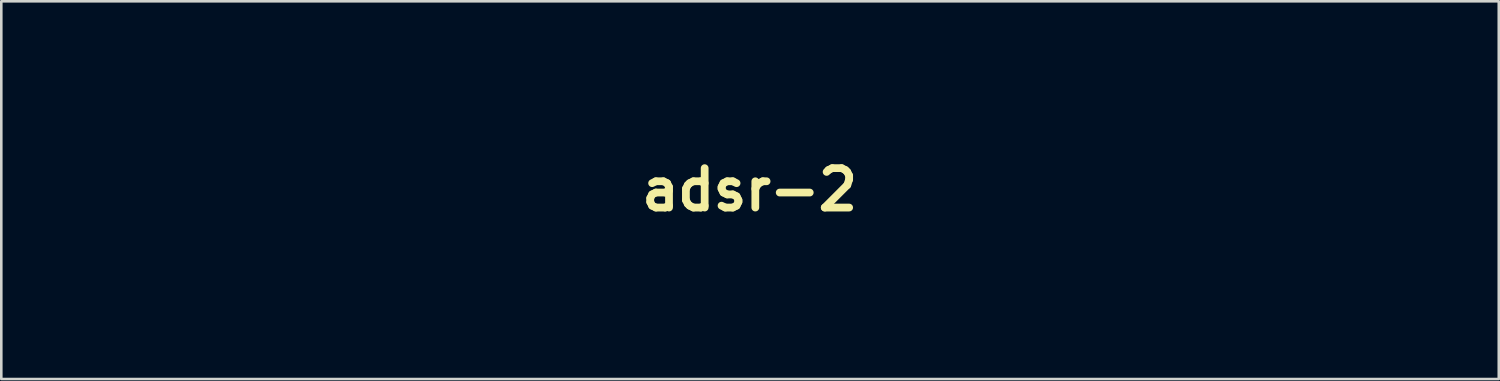
<source format=kicad_pcb>
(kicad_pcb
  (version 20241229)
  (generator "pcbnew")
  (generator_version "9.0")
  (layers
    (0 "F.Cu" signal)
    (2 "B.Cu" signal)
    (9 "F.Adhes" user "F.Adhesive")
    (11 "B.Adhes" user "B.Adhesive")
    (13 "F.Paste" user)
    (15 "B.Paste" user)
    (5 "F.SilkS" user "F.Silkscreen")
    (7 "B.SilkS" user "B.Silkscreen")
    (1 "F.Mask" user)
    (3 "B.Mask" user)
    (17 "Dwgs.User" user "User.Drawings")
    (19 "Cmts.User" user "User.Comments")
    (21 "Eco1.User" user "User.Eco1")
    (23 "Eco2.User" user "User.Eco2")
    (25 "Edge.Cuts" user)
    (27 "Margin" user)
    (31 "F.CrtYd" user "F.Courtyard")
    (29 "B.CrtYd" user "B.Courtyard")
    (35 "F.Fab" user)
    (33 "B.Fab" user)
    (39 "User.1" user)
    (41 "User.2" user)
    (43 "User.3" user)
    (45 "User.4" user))
  (footprint "adsr-2"
    (layer "F.Cu")
    (at 25.945 4.288)
    (property "Reference" "adsr-2" (at 0 0 0) (layer "F.SilkS") (effects (font (size 1.524 1.524) (thickness 0.3))))
    (attr through_hole)
    (fp_poly (pts (xy 13.533 -0.667) (xy 13.947 -0.667) (xy 14.349 -0.665) (xy 14.735 -0.664) (xy 15.1 -0.662) (xy 15.438 -0.659) (xy 15.745 -0.657) (xy 16.015 -0.653) (xy 16.244 -0.65) (xy 16.426 -0.646) (xy 16.556 -0.641) (xy 16.63 -0.636) (xy 16.643 -0.634) (xy 16.748 -0.58) (xy 16.861 -0.485) (xy 16.966 -0.364) (xy 17.046 -0.236) (xy 17.078 -0.159) (xy 17.103 0.024) (xy 17.066 0.197) (xy 16.971 0.356) (xy 16.817 0.497) (xy 16.693 0.575) (xy 16.494 0.683) (xy 13.033 0.689) (xy 12.473 0.69) (xy 11.973 0.69) (xy 11.529 0.69) (xy 11.139 0.69) (xy 10.8 0.689) (xy 10.507 0.688) (xy 10.257 0.686) (xy 10.048 0.683) (xy 9.875 0.68) (xy 9.736 0.677) (xy 9.627 0.672) (xy 9.544 0.667) (xy 9.485 0.661) (xy 9.446 0.655) (xy 9.435 0.652) (xy 9.231 0.558) (xy 9.055 0.419) (xy 8.965 0.31) (xy 8.908 0.213) (xy 8.882 0.117) (xy 8.876 0.003) (xy 8.889 -0.135) (xy 8.921 -0.253) (xy 8.932 -0.277) (xy 9.023 -0.41) (xy 9.14 -0.526) (xy 9.264 -0.609) (xy 9.326 -0.633) (xy 9.376 -0.638) (xy 9.485 -0.643) (xy 9.647 -0.647) (xy 9.858 -0.651) (xy 10.112 -0.655) (xy 10.405 -0.658) (xy 10.731 -0.661) (xy 11.086 -0.663) (xy 11.464 -0.665) (xy 11.861 -0.666) (xy 12.271 -0.667) (xy 12.69 -0.667) (xy 13.112 -0.668) (xy 13.533 -0.667)) (stroke (width 0.01) (type solid)) (fill yes) (layer "F.Mask"))
    (fp_poly (pts (xy 24.311 -4.28) (xy 24.515 -4.279) (xy 24.686 -4.276) (xy 24.828 -4.272) (xy 24.944 -4.267) (xy 25.037 -4.261) (xy 25.112 -4.253) (xy 25.172 -4.244) (xy 25.219 -4.234) (xy 25.258 -4.223) (xy 25.292 -4.21) (xy 25.312 -4.201) (xy 25.458 -4.114) (xy 25.606 -3.994) (xy 25.736 -3.859) (xy 25.831 -3.725) (xy 25.843 -3.701) (xy 25.859 -3.667) (xy 25.871 -3.628) (xy 25.882 -3.579) (xy 25.892 -3.513) (xy 25.9 -3.425) (xy 25.907 -3.31) (xy 25.914 -3.161) (xy 25.92 -2.972) (xy 25.927 -2.739) (xy 25.934 -2.454) (xy 25.942 -2.112) (xy 25.943 -2.061) (xy 25.95 -1.749) (xy 25.956 -1.449) (xy 25.96 -1.169) (xy 25.964 -0.917) (xy 25.966 -0.698) (xy 25.967 -0.522) (xy 25.966 -0.396) (xy 25.964 -0.332) (xy 25.917 -0.069) (xy 25.814 0.17) (xy 25.659 0.377) (xy 25.455 0.547) (xy 25.296 0.637) (xy 25.098 0.73) (xy 22.866 0.73) (xy 20.633 0.73) (xy 20.5 0.808) (xy 20.311 0.95) (xy 20.153 1.127) (xy 20.06 1.286) (xy 20.027 1.369) (xy 20.005 1.454) (xy 19.993 1.557) (xy 19.988 1.696) (xy 19.988 1.794) (xy 19.99 1.966) (xy 19.999 2.093) (xy 20.018 2.195) (xy 20.047 2.29) (xy 20.06 2.322) (xy 20.164 2.518) (xy 20.304 2.691) (xy 20.467 2.824) (xy 20.535 2.863) (xy 20.685 2.937) (xy 25.357 2.969) (xy 25.47 3.055) (xy 25.632 3.21) (xy 25.734 3.38) (xy 25.778 3.557) (xy 25.765 3.734) (xy 25.696 3.905) (xy 25.57 4.062) (xy 25.39 4.197) (xy 25.337 4.227) (xy 25.194 4.302) (xy 21.717 4.309) (xy 21.173 4.31) (xy 20.688 4.311) (xy 20.26 4.311) (xy 19.884 4.311) (xy 19.557 4.311) (xy 19.275 4.311) (xy 19.034 4.31) (xy 18.831 4.308) (xy 18.662 4.306) (xy 18.524 4.303) (xy 18.412 4.3) (xy 18.324 4.295) (xy 18.254 4.29) (xy 18.201 4.284) (xy 18.159 4.277) (xy 18.125 4.269) (xy 18.097 4.26) (xy 18.069 4.249) (xy 18.066 4.248) (xy 17.895 4.156) (xy 17.727 4.02) (xy 17.579 3.856) (xy 17.468 3.683) (xy 17.436 3.61) (xy 17.42 3.567) (xy 17.407 3.524) (xy 17.397 3.475) (xy 17.388 3.414) (xy 17.381 3.336) (xy 17.376 3.234) (xy 17.373 3.104) (xy 17.37 2.938) (xy 17.368 2.732) (xy 17.368 2.479) (xy 17.367 2.174) (xy 17.367 1.841) (xy 17.367 1.483) (xy 17.368 1.181) (xy 17.369 0.932) (xy 17.37 0.729) (xy 17.373 0.566) (xy 17.377 0.438) (xy 17.382 0.338) (xy 17.389 0.261) (xy 17.398 0.202) (xy 17.409 0.154) (xy 17.422 0.112) (xy 17.433 0.081) (xy 17.519 -0.108) (xy 17.63 -0.289) (xy 17.753 -0.444) (xy 17.877 -0.558) (xy 17.903 -0.576) (xy 18.046 -0.667) (xy 20.922 -0.667) (xy 23.797 -0.667) (xy 23.967 -0.747) (xy 24.168 -0.859) (xy 24.332 -0.988) (xy 24.445 -1.123) (xy 24.446 -1.124) (xy 24.47 -1.168) (xy 24.487 -1.217) (xy 24.498 -1.282) (xy 24.506 -1.374) (xy 24.509 -1.502) (xy 24.511 -1.679) (xy 24.511 -1.785) (xy 24.511 -2.34) (xy 24.421 -2.464) (xy 24.329 -2.576) (xy 24.223 -2.683) (xy 24.118 -2.772) (xy 24.028 -2.829) (xy 23.996 -2.841) (xy 23.954 -2.844) (xy 23.853 -2.846) (xy 23.698 -2.849) (xy 23.494 -2.851) (xy 23.244 -2.854) (xy 22.955 -2.856) (xy 22.629 -2.859) (xy 22.272 -2.861) (xy 21.889 -2.863) (xy 21.485 -2.864) (xy 21.066 -2.866) (xy 20.575 -2.867) (xy 20.144 -2.868) (xy 19.768 -2.87) (xy 19.444 -2.871) (xy 19.167 -2.873) (xy 18.932 -2.875) (xy 18.737 -2.877) (xy 18.577 -2.88) (xy 18.449 -2.884) (xy 18.347 -2.889) (xy 18.267 -2.894) (xy 18.207 -2.9) (xy 18.162 -2.907) (xy 18.127 -2.916) (xy 18.098 -2.926) (xy 18.073 -2.937) (xy 18.062 -2.942) (xy 17.859 -3.063) (xy 17.707 -3.21) (xy 17.608 -3.375) (xy 17.565 -3.551) (xy 17.58 -3.733) (xy 17.653 -3.914) (xy 17.76 -4.059) (xy 17.785 -4.088) (xy 17.808 -4.114) (xy 17.832 -4.136) (xy 17.861 -4.156) (xy 17.899 -4.173) (xy 17.949 -4.188) (xy 18.017 -4.2) (xy 18.104 -4.211) (xy 18.215 -4.219) (xy 18.355 -4.227) (xy 18.526 -4.233) (xy 18.733 -4.238) (xy 18.979 -4.243) (xy 19.269 -4.246) (xy 19.606 -4.25) (xy 19.993 -4.254) (xy 20.435 -4.257) (xy 20.936 -4.261) (xy 21.098 -4.263) (xy 21.686 -4.267) (xy 22.214 -4.272) (xy 22.685 -4.275) (xy 23.103 -4.278) (xy 23.471 -4.28) (xy 23.793 -4.281) (xy 24.072 -4.281) (xy 24.311 -4.28)) (stroke (width 0.01) (type solid)) (fill yes) (layer "F.Mask"))
    (fp_poly (pts (xy -1.572 -4.202) (xy -1.522 -4.164) (xy -1.435 -4.089) (xy -1.319 -3.981) (xy -1.178 -3.848) (xy -1.021 -3.696) (xy -0.853 -3.532) (xy -0.682 -3.362) (xy -0.514 -3.194) (xy -0.355 -3.033) (xy -0.214 -2.887) (xy -0.095 -2.762) (xy -0.006 -2.665) (xy 0.046 -2.602) (xy 0.055 -2.588) (xy 0.071 -2.51) (xy 0.069 -2.396) (xy 0.053 -2.268) (xy 0.025 -2.148) (xy -0.011 -2.06) (xy -0.014 -2.056) (xy -0.114 -1.958) (xy -0.261 -1.896) (xy -0.445 -1.873) (xy -0.455 -1.873) (xy -0.631 -1.873) (xy -1.08 -2.294) (xy -1.228 -2.43) (xy -1.368 -2.556) (xy -1.491 -2.663) (xy -1.587 -2.742) (xy -1.646 -2.786) (xy -1.762 -2.857) (xy -4.05 -2.857) (xy -6.338 -2.858) (xy -6.479 -2.768) (xy -6.645 -2.638) (xy -6.777 -2.484) (xy -6.847 -2.358) (xy -6.867 -2.274) (xy -6.882 -2.142) (xy -6.89 -1.978) (xy -6.893 -1.798) (xy -6.89 -1.615) (xy -6.881 -1.446) (xy -6.866 -1.305) (xy -6.846 -1.208) (xy -6.839 -1.188) (xy -6.749 -1.057) (xy -6.61 -0.927) (xy -6.435 -0.809) (xy -6.339 -0.759) (xy -6.144 -0.667) (xy -3.921 -0.666) (xy -1.699 -0.665) (xy -1.539 -0.563) (xy -1.479 -0.516) (xy -1.382 -0.43) (xy -1.253 -0.31) (xy -1.099 -0.163) (xy -0.926 0.005) (xy -0.742 0.189) (xy -0.598 0.333) (xy -0.382 0.554) (xy -0.207 0.734) (xy -0.069 0.88) (xy 0.036 0.995) (xy 0.114 1.086) (xy 0.167 1.155) (xy 0.2 1.209) (xy 0.218 1.252) (xy 0.218 1.254) (xy 0.234 1.345) (xy 0.244 1.484) (xy 0.251 1.653) (xy 0.253 1.838) (xy 0.25 2.022) (xy 0.244 2.188) (xy 0.232 2.322) (xy 0.219 2.397) (xy 0.204 2.437) (xy 0.175 2.486) (xy 0.128 2.549) (xy 0.058 2.631) (xy -0.038 2.735) (xy -0.164 2.868) (xy -0.325 3.032) (xy -0.524 3.234) (xy -0.661 3.371) (xy -0.88 3.589) (xy -1.059 3.767) (xy -1.204 3.909) (xy -1.32 4.019) (xy -1.411 4.102) (xy -1.483 4.163) (xy -1.541 4.205) (xy -1.591 4.234) (xy -1.636 4.253) (xy -1.681 4.268) (xy -1.721 4.278) (xy -1.773 4.286) (xy -1.84 4.294) (xy -1.927 4.3) (xy -2.039 4.305) (xy -2.181 4.309) (xy -2.357 4.312) (xy -2.572 4.314) (xy -2.83 4.316) (xy -3.137 4.317) (xy -3.496 4.317) (xy -3.913 4.317) (xy -4.046 4.317) (xy -4.474 4.317) (xy -4.844 4.316) (xy -5.159 4.315) (xy -5.426 4.314) (xy -5.648 4.312) (xy -5.83 4.31) (xy -5.977 4.306) (xy -6.095 4.302) (xy -6.186 4.297) (xy -6.257 4.29) (xy -6.313 4.282) (xy -6.357 4.273) (xy -6.395 4.262) (xy -6.411 4.257) (xy -6.46 4.237) (xy -6.511 4.211) (xy -6.567 4.173) (xy -6.635 4.12) (xy -6.72 4.045) (xy -6.828 3.945) (xy -6.962 3.814) (xy -7.13 3.648) (xy -7.335 3.443) (xy -7.376 3.402) (xy -8.169 2.608) (xy -8.151 2.41) (xy -8.111 2.218) (xy -8.029 2.073) (xy -7.904 1.975) (xy -7.734 1.921) (xy -7.655 1.911) (xy -7.466 1.898) (xy -6.999 2.329) (xy -6.846 2.467) (xy -6.699 2.595) (xy -6.567 2.703) (xy -6.46 2.785) (xy -6.388 2.831) (xy -6.386 2.833) (xy -6.351 2.849) (xy -6.316 2.863) (xy -6.275 2.875) (xy -6.222 2.884) (xy -6.151 2.892) (xy -6.057 2.897) (xy -5.934 2.902) (xy -5.776 2.906) (xy -5.577 2.908) (xy -5.331 2.911) (xy -5.033 2.913) (xy -4.715 2.915) (xy -4.302 2.918) (xy -3.95 2.918) (xy -3.657 2.916) (xy -3.422 2.913) (xy -3.24 2.908) (xy -3.111 2.9) (xy -3.032 2.891) (xy -3.025 2.89) (xy -2.888 2.844) (xy -2.761 2.762) (xy -2.705 2.714) (xy -2.549 2.533) (xy -2.437 2.316) (xy -2.37 2.074) (xy -2.349 1.816) (xy -2.373 1.555) (xy -2.445 1.3) (xy -2.564 1.062) (xy -2.595 1.015) (xy -2.631 0.962) (xy -2.662 0.916) (xy -2.693 0.876) (xy -2.728 0.842) (xy -2.772 0.814) (xy -2.83 0.791) (xy -2.905 0.773) (xy -3.003 0.759) (xy -3.128 0.748) (xy -3.285 0.74) (xy -3.478 0.735) (xy -3.711 0.732) (xy -3.989 0.73) (xy -4.317 0.73) (xy -4.7 0.73) (xy -5.141 0.73) (xy -5.166 0.73) (xy -5.597 0.73) (xy -5.969 0.73) (xy -6.287 0.729) (xy -6.555 0.728) (xy -6.779 0.727) (xy -6.963 0.725) (xy -7.112 0.722) (xy -7.23 0.717) (xy -7.323 0.712) (xy -7.395 0.706) (xy -7.45 0.699) (xy -7.494 0.689) (xy -7.531 0.679) (xy -7.566 0.666) (xy -7.567 0.666) (xy -7.752 0.578) (xy -7.937 0.459) (xy -8.097 0.325) (xy -8.173 0.243) (xy -8.271 0.121) (xy -8.28 -1.098) (xy -8.282 -1.409) (xy -8.283 -1.664) (xy -8.283 -1.868) (xy -8.282 -2.029) (xy -8.279 -2.153) (xy -8.274 -2.247) (xy -8.267 -2.318) (xy -8.257 -2.372) (xy -8.244 -2.416) (xy -8.228 -2.457) (xy -8.224 -2.468) (xy -8.196 -2.521) (xy -8.15 -2.585) (xy -8.082 -2.667) (xy -7.988 -2.771) (xy -7.862 -2.901) (xy -7.701 -3.062) (xy -7.5 -3.26) (xy -7.388 -3.369) (xy -7.184 -3.566) (xy -6.995 -3.745) (xy -6.826 -3.901) (xy -6.684 -4.028) (xy -6.573 -4.122) (xy -6.499 -4.178) (xy -6.482 -4.188) (xy -6.456 -4.202) (xy -6.428 -4.213) (xy -6.395 -4.223) (xy -6.352 -4.231) (xy -6.295 -4.238) (xy -6.218 -4.243) (xy -6.118 -4.248) (xy -5.989 -4.252) (xy -5.828 -4.255) (xy -5.63 -4.257) (xy -5.389 -4.259) (xy -5.103 -4.261) (xy -4.765 -4.262) (xy -4.373 -4.263) (xy -4.022 -4.264) (xy -1.699 -4.27) (xy -1.572 -4.202)) (stroke (width 0.01) (type solid)) (fill yes) (layer "F.Mask"))
    (fp_poly (pts (xy -20.856 -4.281) (xy -20.735 -4.275) (xy -20.645 -4.267) (xy -20.577 -4.255) (xy -20.572 -4.254) (xy -20.525 -4.242) (xy -20.48 -4.225) (xy -20.433 -4.2) (xy -20.377 -4.162) (xy -20.308 -4.106) (xy -20.22 -4.028) (xy -20.108 -3.923) (xy -19.967 -3.787) (xy -19.79 -3.615) (xy -19.59 -3.419) (xy -19.358 -3.189) (xy -19.156 -2.986) (xy -18.988 -2.811) (xy -18.855 -2.668) (xy -18.762 -2.561) (xy -18.712 -2.493) (xy -18.709 -2.488) (xy -18.663 -2.396) (xy -18.627 -2.306) (xy -18.599 -2.21) (xy -18.577 -2.098) (xy -18.562 -1.963) (xy -18.552 -1.798) (xy -18.545 -1.592) (xy -18.542 -1.34) (xy -18.541 -1.049) (xy -18.541 -0.111) (xy -18.45 0.032) (xy -18.398 0.102) (xy -18.311 0.206) (xy -18.199 0.336) (xy -18.07 0.479) (xy -17.955 0.603) (xy -17.821 0.749) (xy -17.698 0.887) (xy -17.594 1.01) (xy -17.519 1.105) (xy -17.483 1.159) (xy -17.465 1.195) (xy -17.45 1.234) (xy -17.439 1.281) (xy -17.43 1.345) (xy -17.423 1.432) (xy -17.417 1.55) (xy -17.413 1.704) (xy -17.41 1.902) (xy -17.408 2.151) (xy -17.405 2.399) (xy -17.396 3.513) (xy -17.501 3.716) (xy -17.623 3.897) (xy -17.77 4.029) (xy -17.936 4.106) (xy -18.115 4.127) (xy -18.266 4.098) (xy -18.362 4.05) (xy -18.476 3.969) (xy -18.589 3.874) (xy -18.677 3.781) (xy -18.709 3.735) (xy -18.721 3.693) (xy -18.732 3.607) (xy -18.741 3.475) (xy -18.748 3.292) (xy -18.755 3.056) (xy -18.761 2.762) (xy -18.764 2.556) (xy -18.769 2.26) (xy -18.773 2.021) (xy -18.777 1.831) (xy -18.782 1.684) (xy -18.788 1.572) (xy -18.796 1.488) (xy -18.806 1.425) (xy -18.819 1.376) (xy -18.835 1.335) (xy -18.853 1.297) (xy -18.918 1.185) (xy -19.004 1.064) (xy -19.051 1.007) (xy -19.096 0.955) (xy -19.136 0.911) (xy -19.177 0.874) (xy -19.223 0.844) (xy -19.281 0.82) (xy -19.355 0.801) (xy -19.452 0.787) (xy -19.575 0.776) (xy -19.732 0.769) (xy -19.926 0.765) (xy -20.164 0.763) (xy -20.451 0.762) (xy -20.792 0.762) (xy -21.08 0.762) (xy -21.46 0.762) (xy -21.781 0.762) (xy -22.05 0.763) (xy -22.272 0.765) (xy -22.453 0.769) (xy -22.598 0.777) (xy -22.713 0.788) (xy -22.802 0.803) (xy -22.873 0.823) (xy -22.93 0.848) (xy -22.978 0.88) (xy -23.024 0.918) (xy -23.073 0.964) (xy -23.122 1.01) (xy -23.187 1.071) (xy -23.239 1.124) (xy -23.28 1.177) (xy -23.312 1.236) (xy -23.335 1.31) (xy -23.35 1.406) (xy -23.36 1.531) (xy -23.365 1.692) (xy -23.368 1.897) (xy -23.368 2.154) (xy -23.368 2.358) (xy -23.368 3.385) (xy -23.49 3.637) (xy -23.618 3.86) (xy -23.765 4.031) (xy -23.94 4.157) (xy -24.149 4.242) (xy -24.402 4.29) (xy -24.622 4.305) (xy -24.781 4.306) (xy -24.93 4.303) (xy -25.05 4.294) (xy -25.106 4.286) (xy -25.346 4.207) (xy -25.562 4.079) (xy -25.743 3.912) (xy -25.874 3.719) (xy -25.891 3.683) (xy -25.905 3.644) (xy -25.916 3.596) (xy -25.924 3.532) (xy -25.931 3.444) (xy -25.935 3.327) (xy -25.937 3.173) (xy -25.939 2.976) (xy -25.94 2.73) (xy -25.94 2.429) (xy -25.94 2.126) (xy -25.939 1.88) (xy -25.938 1.684) (xy -25.935 1.531) (xy -25.931 1.414) (xy -25.925 1.327) (xy -25.916 1.263) (xy -25.905 1.214) (xy -25.891 1.175) (xy -25.874 1.139) (xy -25.872 1.134) (xy -25.829 1.069) (xy -25.749 0.969) (xy -25.642 0.843) (xy -25.515 0.7) (xy -25.376 0.551) (xy -25.372 0.547) (xy -25.184 0.345) (xy -25.04 0.181) (xy -24.936 0.047) (xy -24.868 -0.059) (xy -24.852 -0.089) (xy -24.765 -0.27) (xy -24.765 -1.296) (xy -24.765 -1.768) (xy -23.336 -1.768) (xy -23.335 -1.55) (xy -23.33 -1.385) (xy -23.317 -1.261) (xy -23.296 -1.169) (xy -23.262 -1.097) (xy -23.213 -1.035) (xy -23.146 -0.971) (xy -23.136 -0.962) (xy -23.005 -0.867) (xy -22.842 -0.778) (xy -22.68 -0.712) (xy -22.626 -0.696) (xy -22.569 -0.689) (xy -22.458 -0.684) (xy -22.302 -0.68) (xy -22.109 -0.677) (xy -21.888 -0.676) (xy -21.648 -0.676) (xy -21.59 -0.677) (xy -21.32 -0.679) (xy -21.107 -0.681) (xy -20.941 -0.684) (xy -20.815 -0.689) (xy -20.723 -0.695) (xy -20.655 -0.705) (xy -20.604 -0.717) (xy -20.563 -0.733) (xy -20.526 -0.751) (xy -20.342 -0.885) (xy -20.191 -1.069) (xy -20.107 -1.222) (xy -20.068 -1.312) (xy -20.042 -1.391) (xy -20.027 -1.477) (xy -20.02 -1.588) (xy -20.018 -1.742) (xy -20.018 -1.778) (xy -20.03 -2.047) (xy -20.069 -2.269) (xy -20.138 -2.455) (xy -20.239 -2.619) (xy -20.264 -2.65) (xy -20.309 -2.703) (xy -20.351 -2.745) (xy -20.4 -2.779) (xy -20.46 -2.806) (xy -20.539 -2.825) (xy -20.643 -2.839) (xy -20.779 -2.848) (xy -20.953 -2.854) (xy -21.173 -2.857) (xy -21.445 -2.857) (xy -21.678 -2.857) (xy -22.784 -2.857) (xy -22.925 -2.767) (xy -23.081 -2.65) (xy -23.2 -2.517) (xy -23.269 -2.413) (xy -23.294 -2.367) (xy -23.312 -2.316) (xy -23.324 -2.249) (xy -23.331 -2.156) (xy -23.335 -2.025) (xy -23.336 -1.846) (xy -23.336 -1.768) (xy -24.765 -1.768) (xy -24.765 -2.322) (xy -24.681 -2.471) (xy -24.637 -2.531) (xy -24.554 -2.63) (xy -24.437 -2.76) (xy -24.292 -2.916) (xy -24.125 -3.091) (xy -23.942 -3.279) (xy -23.863 -3.358) (xy -23.647 -3.576) (xy -23.469 -3.751) (xy -23.324 -3.89) (xy -23.208 -3.996) (xy -23.116 -4.074) (xy -23.042 -4.129) (xy -22.981 -4.166) (xy -22.964 -4.174) (xy -22.916 -4.195) (xy -22.869 -4.212) (xy -22.814 -4.226) (xy -22.745 -4.236) (xy -22.654 -4.245) (xy -22.533 -4.252) (xy -22.375 -4.258) (xy -22.173 -4.264) (xy -21.918 -4.27) (xy -21.772 -4.273) (xy -21.464 -4.279) (xy -21.214 -4.282) (xy -21.013 -4.283) (xy -20.856 -4.281)) (stroke (width 0.01) (type solid)) (fill yes) (layer "F.Mask"))
    (fp_poly (pts (xy 5.241 -4.265) (xy 5.433 -4.263) (xy 5.589 -4.261) (xy 5.712 -4.258) (xy 5.808 -4.254) (xy 5.88 -4.248) (xy 5.934 -4.242) (xy 5.973 -4.234) (xy 6.002 -4.224) (xy 6.026 -4.214) (xy 6.032 -4.21) (xy 6.093 -4.167) (xy 6.19 -4.085) (xy 6.317 -3.97) (xy 6.467 -3.83) (xy 6.633 -3.671) (xy 6.81 -3.5) (xy 6.99 -3.323) (xy 7.166 -3.147) (xy 7.331 -2.978) (xy 7.48 -2.823) (xy 7.606 -2.689) (xy 7.701 -2.583) (xy 7.759 -2.51) (xy 7.771 -2.491) (xy 7.816 -2.397) (xy 7.852 -2.306) (xy 7.881 -2.209) (xy 7.902 -2.097) (xy 7.917 -1.963) (xy 7.928 -1.798) (xy 7.934 -1.594) (xy 7.937 -1.343) (xy 7.938 -1.049) (xy 7.939 -0.111) (xy 8.03 0.032) (xy 8.082 0.102) (xy 8.168 0.206) (xy 8.28 0.336) (xy 8.41 0.479) (xy 8.525 0.603) (xy 8.659 0.749) (xy 8.782 0.887) (xy 8.885 1.01) (xy 8.96 1.105) (xy 8.996 1.159) (xy 9.014 1.195) (xy 9.029 1.234) (xy 9.041 1.281) (xy 9.05 1.345) (xy 9.057 1.432) (xy 9.062 1.55) (xy 9.066 1.704) (xy 9.069 1.902) (xy 9.072 2.151) (xy 9.074 2.399) (xy 9.083 3.513) (xy 8.979 3.716) (xy 8.857 3.897) (xy 8.709 4.029) (xy 8.543 4.106) (xy 8.365 4.127) (xy 8.214 4.098) (xy 8.118 4.05) (xy 8.003 3.969) (xy 7.891 3.874) (xy 7.802 3.781) (xy 7.77 3.735) (xy 7.758 3.693) (xy 7.748 3.607) (xy 7.739 3.475) (xy 7.731 3.292) (xy 7.724 3.056) (xy 7.718 2.762) (xy 7.715 2.556) (xy 7.711 2.26) (xy 7.707 2.021) (xy 7.703 1.831) (xy 7.698 1.684) (xy 7.691 1.572) (xy 7.683 1.488) (xy 7.673 1.425) (xy 7.66 1.376) (xy 7.644 1.335) (xy 7.626 1.297) (xy 7.561 1.185) (xy 7.476 1.064) (xy 7.429 1.007) (xy 7.384 0.955) (xy 7.344 0.911) (xy 7.303 0.874) (xy 7.256 0.844) (xy 7.199 0.82) (xy 7.124 0.801) (xy 7.028 0.787) (xy 6.904 0.776) (xy 6.748 0.769) (xy 6.553 0.765) (xy 6.315 0.763) (xy 6.029 0.762) (xy 5.688 0.762) (xy 5.399 0.762) (xy 5.02 0.762) (xy 4.698 0.762) (xy 4.429 0.763) (xy 4.207 0.765) (xy 4.026 0.769) (xy 3.881 0.777) (xy 3.767 0.788) (xy 3.677 0.803) (xy 3.606 0.823) (xy 3.55 0.848) (xy 3.501 0.88) (xy 3.455 0.918) (xy 3.406 0.964) (xy 3.358 1.01) (xy 3.293 1.071) (xy 3.24 1.124) (xy 3.199 1.177) (xy 3.168 1.236) (xy 3.145 1.31) (xy 3.129 1.406) (xy 3.119 1.531) (xy 3.114 1.692) (xy 3.112 1.897) (xy 3.111 2.153) (xy 3.111 2.358) (xy 3.111 2.674) (xy 3.109 2.933) (xy 3.104 3.144) (xy 3.095 3.313) (xy 3.08 3.447) (xy 3.06 3.553) (xy 3.031 3.64) (xy 2.994 3.713) (xy 2.946 3.781) (xy 2.888 3.85) (xy 2.86 3.881) (xy 2.658 4.062) (xy 2.427 4.192) (xy 2.188 4.269) (xy 1.998 4.299) (xy 1.777 4.312) (xy 1.557 4.307) (xy 1.374 4.285) (xy 1.138 4.209) (xy 0.923 4.083) (xy 0.742 3.918) (xy 0.607 3.722) (xy 0.605 3.719) (xy 0.595 3.698) (xy 0.586 3.676) (xy 0.578 3.648) (xy 0.571 3.612) (xy 0.565 3.563) (xy 0.56 3.498) (xy 0.555 3.414) (xy 0.552 3.306) (xy 0.549 3.172) (xy 0.546 3.008) (xy 0.544 2.809) (xy 0.543 2.573) (xy 0.541 2.297) (xy 0.541 1.975) (xy 0.54 1.606) (xy 0.54 1.185) (xy 0.54 0.708) (xy 0.54 0.173) (xy 0.54 -0.002) (xy 0.54 -0.566) (xy 0.539 -1.071) (xy 0.539 -1.519) (xy 0.539 -1.773) (xy 1.937 -1.773) (xy 1.938 -1.581) (xy 1.941 -1.44) (xy 1.949 -1.338) (xy 1.963 -1.261) (xy 1.983 -1.199) (xy 2.003 -1.154) (xy 2.106 -1.004) (xy 2.258 -0.871) (xy 2.442 -0.765) (xy 2.626 -0.701) (xy 2.682 -0.695) (xy 2.794 -0.69) (xy 2.956 -0.685) (xy 3.161 -0.682) (xy 3.403 -0.679) (xy 3.675 -0.677) (xy 3.969 -0.677) (xy 4.28 -0.677) (xy 4.286 -0.677) (xy 4.639 -0.678) (xy 4.933 -0.68) (xy 5.176 -0.681) (xy 5.372 -0.684) (xy 5.528 -0.687) (xy 5.648 -0.691) (xy 5.74 -0.697) (xy 5.808 -0.704) (xy 5.858 -0.713) (xy 5.896 -0.724) (xy 5.928 -0.738) (xy 5.958 -0.753) (xy 6.142 -0.887) (xy 6.287 -1.069) (xy 6.391 -1.296) (xy 6.454 -1.566) (xy 6.47 -1.736) (xy 6.461 -2.028) (xy 6.407 -2.29) (xy 6.308 -2.515) (xy 6.247 -2.606) (xy 6.207 -2.659) (xy 6.171 -2.704) (xy 6.134 -2.741) (xy 6.091 -2.772) (xy 6.036 -2.797) (xy 5.964 -2.817) (xy 5.87 -2.831) (xy 5.749 -2.842) (xy 5.595 -2.85) (xy 5.404 -2.854) (xy 5.169 -2.857) (xy 4.886 -2.857) (xy 4.549 -2.858) (xy 4.206 -2.857) (xy 2.489 -2.857) (xy 2.347 -2.768) (xy 2.182 -2.638) (xy 2.049 -2.484) (xy 1.98 -2.358) (xy 1.96 -2.279) (xy 1.946 -2.149) (xy 1.939 -1.965) (xy 1.937 -1.773) (xy 0.539 -1.773) (xy 0.54 -1.914) (xy 0.54 -2.26) (xy 0.542 -2.56) (xy 0.545 -2.818) (xy 0.549 -3.038) (xy 0.554 -3.222) (xy 0.562 -3.375) (xy 0.571 -3.5) (xy 0.582 -3.601) (xy 0.596 -3.681) (xy 0.613 -3.744) (xy 0.632 -3.793) (xy 0.655 -3.831) (xy 0.681 -3.864) (xy 0.711 -3.893) (xy 0.744 -3.923) (xy 0.782 -3.956) (xy 0.799 -3.973) (xy 0.903 -4.064) (xy 1.014 -4.144) (xy 1.086 -4.186) (xy 1.113 -4.199) (xy 1.142 -4.209) (xy 1.178 -4.219) (xy 1.225 -4.226) (xy 1.288 -4.233) (xy 1.371 -4.239) (xy 1.479 -4.243) (xy 1.616 -4.247) (xy 1.787 -4.25) (xy 1.996 -4.253) (xy 2.247 -4.255) (xy 2.547 -4.257) (xy 2.897 -4.258) (xy 3.305 -4.26) (xy 3.572 -4.261) (xy 4.015 -4.263) (xy 4.399 -4.264) (xy 4.728 -4.265) (xy 5.007 -4.265) (xy 5.241 -4.265)) (stroke (width 0.01) (type solid)) (fill yes) (layer "F.Mask"))
    (fp_poly (pts (xy -11.532 -4.265) (xy -11.291 -4.264) (xy -11.088 -4.263) (xy -10.922 -4.261) (xy -10.788 -4.258) (xy -10.682 -4.254) (xy -10.6 -4.25) (xy -10.538 -4.244) (xy -10.492 -4.237) (xy -10.458 -4.23) (xy -10.433 -4.221) (xy -10.414 -4.212) (xy -10.366 -4.176) (xy -10.279 -4.101) (xy -10.16 -3.991) (xy -10.013 -3.854) (xy -9.846 -3.693) (xy -9.664 -3.516) (xy -9.501 -3.354) (xy -9.285 -3.139) (xy -9.109 -2.962) (xy -8.97 -2.819) (xy -8.863 -2.705) (xy -8.782 -2.614) (xy -8.723 -2.541) (xy -8.682 -2.482) (xy -8.653 -2.429) (xy -8.635 -2.388) (xy -8.623 -2.354) (xy -8.613 -2.317) (xy -8.604 -2.273) (xy -8.596 -2.216) (xy -8.59 -2.144) (xy -8.585 -2.05) (xy -8.581 -1.93) (xy -8.578 -1.779) (xy -8.576 -1.593) (xy -8.574 -1.366) (xy -8.573 -1.095) (xy -8.573 -0.774) (xy -8.573 -0.399) (xy -8.572 0.016) (xy -8.573 0.447) (xy -8.573 0.82) (xy -8.573 1.139) (xy -8.574 1.408) (xy -8.576 1.633) (xy -8.578 1.818) (xy -8.581 1.967) (xy -8.585 2.086) (xy -8.59 2.179) (xy -8.597 2.251) (xy -8.604 2.307) (xy -8.613 2.35) (xy -8.624 2.387) (xy -8.635 2.42) (xy -8.657 2.469) (xy -8.687 2.522) (xy -8.73 2.583) (xy -8.791 2.657) (xy -8.875 2.75) (xy -8.986 2.867) (xy -9.128 3.013) (xy -9.307 3.194) (xy -9.516 3.403) (xy -9.732 3.616) (xy -9.907 3.79) (xy -10.049 3.927) (xy -10.161 4.034) (xy -10.25 4.113) (xy -10.32 4.171) (xy -10.377 4.211) (xy -10.426 4.238) (xy -10.472 4.257) (xy -10.507 4.268) (xy -10.543 4.276) (xy -10.589 4.284) (xy -10.649 4.291) (xy -10.728 4.297) (xy -10.829 4.302) (xy -10.956 4.306) (xy -11.114 4.309) (xy -11.306 4.312) (xy -11.537 4.314) (xy -11.811 4.315) (xy -12.131 4.316) (xy -12.502 4.317) (xy -12.928 4.317) (xy -13.413 4.317) (xy -13.476 4.317) (xy -13.962 4.317) (xy -14.39 4.316) (xy -14.762 4.316) (xy -15.082 4.315) (xy -15.356 4.313) (xy -15.588 4.312) (xy -15.78 4.309) (xy -15.938 4.306) (xy -16.066 4.303) (xy -16.167 4.298) (xy -16.247 4.293) (xy -16.308 4.286) (xy -16.356 4.279) (xy -16.393 4.27) (xy -16.426 4.26) (xy -16.438 4.256) (xy -16.657 4.154) (xy -16.846 4.022) (xy -16.992 3.868) (xy -17.053 3.772) (xy -17.062 3.752) (xy -17.07 3.728) (xy -17.078 3.697) (xy -17.084 3.656) (xy -17.09 3.6) (xy -17.095 3.526) (xy -17.099 3.43) (xy -17.102 3.31) (xy -17.105 3.161) (xy -17.107 2.98) (xy -17.109 2.764) (xy -17.111 2.508) (xy -17.112 2.209) (xy -17.112 1.865) (xy -17.113 1.47) (xy -17.113 1.022) (xy -17.113 0.518) (xy -17.113 0.03) (xy -17.113 -0.537) (xy -17.114 -1.044) (xy -17.114 -1.495) (xy -17.114 -1.81) (xy -15.716 -1.81) (xy -15.715 -1.634) (xy -15.708 -1.491) (xy -15.69 -1.37) (xy -15.656 -1.262) (xy -15.601 -1.155) (xy -15.521 -1.041) (xy -15.411 -0.909) (xy -15.265 -0.748) (xy -15.131 -0.604) (xy -14.99 -0.455) (xy -14.875 -0.331) (xy -14.782 -0.222) (xy -14.709 -0.122) (xy -14.654 -0.021) (xy -14.613 0.088) (xy -14.585 0.213) (xy -14.567 0.363) (xy -14.556 0.546) (xy -14.549 0.77) (xy -14.545 1.042) (xy -14.541 1.286) (xy -14.536 1.619) (xy -14.529 1.891) (xy -14.521 2.105) (xy -14.512 2.263) (xy -14.502 2.37) (xy -14.49 2.426) (xy -14.488 2.432) (xy -14.427 2.51) (xy -14.331 2.604) (xy -14.221 2.696) (xy -14.116 2.768) (xy -14.091 2.782) (xy -14.03 2.812) (xy -13.972 2.838) (xy -13.909 2.859) (xy -13.837 2.876) (xy -13.749 2.889) (xy -13.638 2.899) (xy -13.499 2.907) (xy -13.326 2.912) (xy -13.113 2.915) (xy -12.852 2.917) (xy -12.54 2.918) (xy -12.253 2.919) (xy -11.896 2.919) (xy -11.597 2.919) (xy -11.349 2.917) (xy -11.148 2.914) (xy -10.988 2.911) (xy -10.862 2.905) (xy -10.766 2.898) (xy -10.693 2.89) (xy -10.637 2.879) (xy -10.612 2.873) (xy -10.464 2.805) (xy -10.31 2.695) (xy -10.17 2.559) (xy -10.063 2.415) (xy -10.037 2.366) (xy -10.024 2.337) (xy -10.012 2.307) (xy -10.003 2.27) (xy -9.995 2.223) (xy -9.988 2.161) (xy -9.983 2.078) (xy -9.979 1.971) (xy -9.975 1.834) (xy -9.973 1.662) (xy -9.971 1.452) (xy -9.97 1.198) (xy -9.97 0.896) (xy -9.97 0.541) (xy -9.97 0.128) (xy -9.97 0.019) (xy -9.969 -0.423) (xy -9.969 -0.807) (xy -9.97 -1.136) (xy -9.972 -1.416) (xy -9.975 -1.652) (xy -9.98 -1.847) (xy -9.987 -2.007) (xy -9.997 -2.136) (xy -10.011 -2.239) (xy -10.028 -2.321) (xy -10.049 -2.386) (xy -10.075 -2.44) (xy -10.106 -2.486) (xy -10.143 -2.529) (xy -10.186 -2.575) (xy -10.223 -2.615) (xy -10.263 -2.66) (xy -10.299 -2.699) (xy -10.333 -2.733) (xy -10.372 -2.761) (xy -10.419 -2.785) (xy -10.48 -2.805) (xy -10.558 -2.82) (xy -10.658 -2.833) (xy -10.784 -2.842) (xy -10.942 -2.849) (xy -11.136 -2.853) (xy -11.369 -2.856) (xy -11.648 -2.857) (xy -11.976 -2.858) (xy -12.357 -2.858) (xy -12.797 -2.858) (xy -12.865 -2.857) (xy -15.164 -2.857) (xy -15.306 -2.768) (xy -15.471 -2.638) (xy -15.604 -2.484) (xy -15.673 -2.358) (xy -15.695 -2.271) (xy -15.709 -2.128) (xy -15.715 -1.925) (xy -15.716 -1.81) (xy -17.114 -1.81) (xy -17.113 -1.892) (xy -17.113 -2.241) (xy -17.111 -2.543) (xy -17.108 -2.804) (xy -17.104 -3.025) (xy -17.099 -3.212) (xy -17.092 -3.366) (xy -17.083 -3.493) (xy -17.071 -3.595) (xy -17.058 -3.676) (xy -17.041 -3.74) (xy -17.022 -3.79) (xy -17 -3.829) (xy -16.974 -3.861) (xy -16.945 -3.891) (xy -16.912 -3.92) (xy -16.875 -3.953) (xy -16.854 -3.973) (xy -16.75 -4.063) (xy -16.639 -4.144) (xy -16.567 -4.186) (xy -16.543 -4.197) (xy -16.517 -4.207) (xy -16.485 -4.215) (xy -16.442 -4.223) (xy -16.386 -4.229) (xy -16.312 -4.235) (xy -16.217 -4.24) (xy -16.095 -4.243) (xy -15.943 -4.247) (xy -15.758 -4.25) (xy -15.534 -4.252) (xy -15.269 -4.254) (xy -14.959 -4.256) (xy -14.598 -4.257) (xy -14.184 -4.259) (xy -13.712 -4.26) (xy -13.478 -4.261) (xy -12.978 -4.263) (xy -12.537 -4.264) (xy -12.152 -4.265) (xy -11.818 -4.265) (xy -11.532 -4.265)) (stroke (width 0.01) (type solid)) (fill yes) (layer "F.Mask")))
  (gr_rect
    (start -3 -3)
    (end 54.916 11.61)
    (stroke (width 0.1) (type default))
    (fill no)
    (layer "Edge.Cuts")))
</source>
